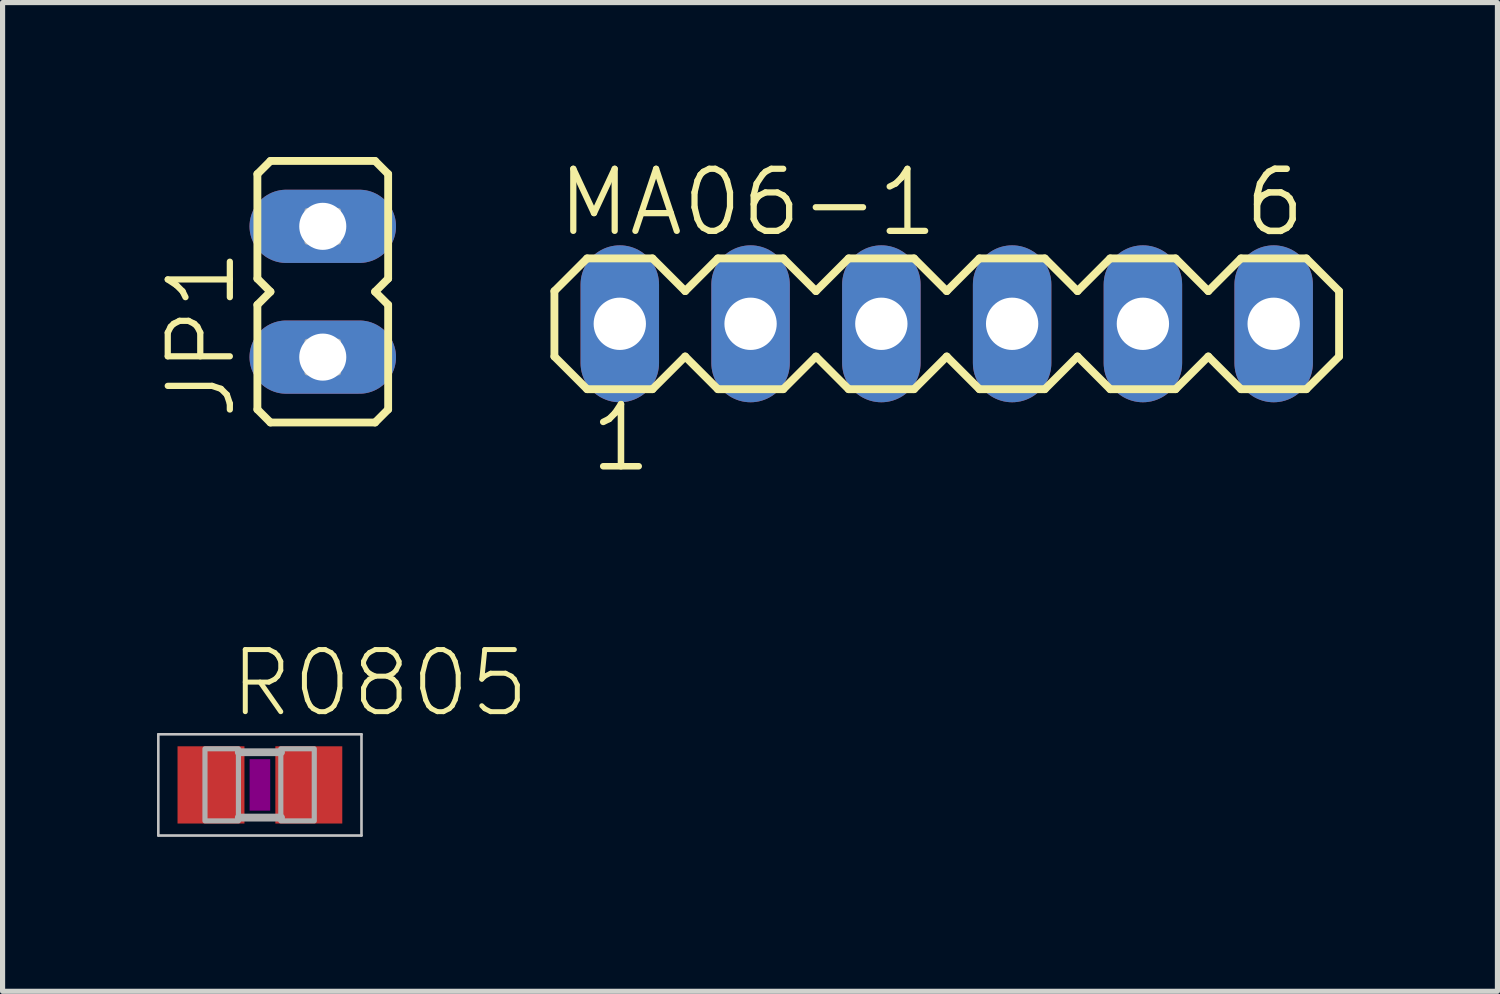
<source format=kicad_pcb>
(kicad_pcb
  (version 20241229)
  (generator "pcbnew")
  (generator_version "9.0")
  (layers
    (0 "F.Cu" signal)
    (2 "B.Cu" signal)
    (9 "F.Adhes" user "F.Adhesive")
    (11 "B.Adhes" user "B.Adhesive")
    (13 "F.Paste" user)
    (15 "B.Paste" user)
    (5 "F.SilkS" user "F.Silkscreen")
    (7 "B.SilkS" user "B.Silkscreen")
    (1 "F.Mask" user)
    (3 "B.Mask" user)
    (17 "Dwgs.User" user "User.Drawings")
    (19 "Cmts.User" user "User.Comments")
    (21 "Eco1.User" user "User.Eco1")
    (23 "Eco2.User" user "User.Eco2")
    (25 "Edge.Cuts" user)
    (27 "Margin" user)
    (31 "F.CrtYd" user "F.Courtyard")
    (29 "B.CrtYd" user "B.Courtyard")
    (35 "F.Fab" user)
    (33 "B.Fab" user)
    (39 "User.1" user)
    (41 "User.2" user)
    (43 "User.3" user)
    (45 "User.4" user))
  (footprint "R0805"
    (layer "F.Cu")
    (at 1.998 12.195)
    (property "Reference" "R0805" (at -0.635 -1.27 0) (layer "F.SilkS") (effects (font (size 1.206 1.206) (thickness 0.097)) (justify left bottom)))
    (attr through_hole)
    (fp_poly (pts (xy -0.2 0.5) (xy 0.2 0.5) (xy 0.2 -0.5) (xy -0.2 -0.5)) (stroke (width 0) (type solid)) (fill yes) (layer "F.Adhes"))
    (fp_line (start -1.973 -0.983) (end 1.973 -0.983) (stroke (width 0.051) (type solid)) (layer "Dwgs.User"))
    (fp_line (start -1.973 0.983) (end -1.973 -0.983) (stroke (width 0.051) (type solid)) (layer "Dwgs.User"))
    (fp_line (start 1.973 -0.983) (end 1.973 0.983) (stroke (width 0.051) (type solid)) (layer "Dwgs.User"))
    (fp_line (start 1.973 0.983) (end -1.973 0.983) (stroke (width 0.051) (type solid)) (layer "Dwgs.User"))
    (fp_line (start -0.41 -0.635) (end 0.41 -0.635) (stroke (width 0.152) (type solid)) (layer "F.Fab"))
    (fp_line (start -0.41 0.635) (end 0.41 0.635) (stroke (width 0.152) (type solid)) (layer "F.Fab"))
    (fp_poly (pts (xy -1.067 0.699) (xy -0.417 0.699) (xy -0.417 -0.702) (xy -1.067 -0.702)) (stroke (width 0.1) (type solid)) (fill no) (layer "F.Fab"))
    (fp_poly (pts (xy 0.406 0.699) (xy 1.056 0.699) (xy 1.056 -0.702) (xy 0.406 -0.702)) (stroke (width 0.1) (type solid)) (fill no) (layer "F.Fab"))
    (pad "1" smd rect (at -0.95 0) (size 1.3 1.5) (layers "F.Cu" "F.Mask" "F.Paste"))
    (pad "2" smd rect (at 0.95 0) (size 1.3 1.5) (layers "F.Cu" "F.Mask" "F.Paste")))
  (footprint "JP1"
    (layer "F.Cu")
    (at 3.219 2.616)
    (property "Reference" "JP1" (at -1.651 2.54 270) (layer "F.SilkS") (effects (font (size 1.206 1.206) (thickness 0.121)) (justify left bottom)))
    (attr through_hole)
    (fp_line (start -1.27 -2.286) (end -1.27 -0.254) (stroke (width 0.152) (type solid)) (layer "F.SilkS"))
    (fp_line (start -1.27 -2.286) (end -1.016 -2.54) (stroke (width 0.152) (type solid)) (layer "F.SilkS"))
    (fp_line (start -1.27 0.254) (end -1.27 2.286) (stroke (width 0.152) (type solid)) (layer "F.SilkS"))
    (fp_line (start -1.016 0) (end -1.27 -0.254) (stroke (width 0.152) (type solid)) (layer "F.SilkS"))
    (fp_line (start -1.016 0) (end -1.27 0.254) (stroke (width 0.152) (type solid)) (layer "F.SilkS"))
    (fp_line (start -1.016 2.54) (end -1.27 2.286) (stroke (width 0.152) (type solid)) (layer "F.SilkS"))
    (fp_line (start -1.016 2.54) (end 1.016 2.54) (stroke (width 0.152) (type solid)) (layer "F.SilkS"))
    (fp_line (start 1.016 -2.54) (end -1.016 -2.54) (stroke (width 0.152) (type solid)) (layer "F.SilkS"))
    (fp_line (start 1.016 0) (end 1.27 -0.254) (stroke (width 0.152) (type solid)) (layer "F.SilkS"))
    (fp_line (start 1.016 0) (end 1.27 0.254) (stroke (width 0.152) (type solid)) (layer "F.SilkS"))
    (fp_line (start 1.016 2.54) (end 1.27 2.286) (stroke (width 0.152) (type solid)) (layer "F.SilkS"))
    (fp_line (start 1.27 -2.286) (end 1.016 -2.54) (stroke (width 0.152) (type solid)) (layer "F.SilkS"))
    (fp_line (start 1.27 -2.286) (end 1.27 -0.254) (stroke (width 0.152) (type solid)) (layer "F.SilkS"))
    (fp_line (start 1.27 0.254) (end 1.27 2.286) (stroke (width 0.152) (type solid)) (layer "F.SilkS"))
    (fp_poly (pts (xy -0.305 -0.965) (xy 0.305 -0.965) (xy 0.305 -1.575) (xy -0.305 -1.575)) (stroke (width 0.1) (type solid)) (fill no) (layer "F.Fab"))
    (fp_poly (pts (xy -0.305 1.575) (xy 0.305 1.575) (xy 0.305 0.965) (xy -0.305 0.965)) (stroke (width 0.1) (type solid)) (fill no) (layer "F.Fab"))
    (pad "1" thru_hole oval (at 0 1.27) (size 2.845 1.422) (drill 0.914) (layers "*.Cu" "*.Mask"))
    (pad "2" thru_hole oval (at 0 -1.27) (size 2.845 1.422) (drill 0.914) (layers "*.Cu" "*.Mask")))
  (footprint "MA06-1"
    (layer "F.Cu")
    (at 15.338 3.239)
    (property "Reference" "MA06-1" (at -7.62 -1.651 180) (layer "F.SilkS") (effects (font (size 1.206 1.206) (thickness 0.121)) (justify left bottom)))
    (attr through_hole)
    (fp_line (start -7.62 -0.635) (end -7.62 0.635) (stroke (width 0.152) (type solid)) (layer "F.SilkS"))
    (fp_line (start -7.62 0.635) (end -6.985 1.27) (stroke (width 0.152) (type solid)) (layer "F.SilkS"))
    (fp_line (start -6.985 -1.27) (end -7.62 -0.635) (stroke (width 0.152) (type solid)) (layer "F.SilkS"))
    (fp_line (start -6.985 -1.27) (end -5.715 -1.27) (stroke (width 0.152) (type solid)) (layer "F.SilkS"))
    (fp_line (start -5.715 -1.27) (end -5.08 -0.635) (stroke (width 0.152) (type solid)) (layer "F.SilkS"))
    (fp_line (start -5.715 1.27) (end -6.985 1.27) (stroke (width 0.152) (type solid)) (layer "F.SilkS"))
    (fp_line (start -5.08 -0.635) (end -4.445 -1.27) (stroke (width 0.152) (type solid)) (layer "F.SilkS"))
    (fp_line (start -5.08 0.635) (end -5.715 1.27) (stroke (width 0.152) (type solid)) (layer "F.SilkS"))
    (fp_line (start -4.445 -1.27) (end -3.175 -1.27) (stroke (width 0.152) (type solid)) (layer "F.SilkS"))
    (fp_line (start -4.445 1.27) (end -5.08 0.635) (stroke (width 0.152) (type solid)) (layer "F.SilkS"))
    (fp_line (start -3.175 -1.27) (end -2.54 -0.635) (stroke (width 0.152) (type solid)) (layer "F.SilkS"))
    (fp_line (start -3.175 1.27) (end -4.445 1.27) (stroke (width 0.152) (type solid)) (layer "F.SilkS"))
    (fp_line (start -2.54 -0.635) (end -1.905 -1.27) (stroke (width 0.152) (type solid)) (layer "F.SilkS"))
    (fp_line (start -2.54 0.635) (end -3.175 1.27) (stroke (width 0.152) (type solid)) (layer "F.SilkS"))
    (fp_line (start -1.905 -1.27) (end -0.635 -1.27) (stroke (width 0.152) (type solid)) (layer "F.SilkS"))
    (fp_line (start -1.905 1.27) (end -2.54 0.635) (stroke (width 0.152) (type solid)) (layer "F.SilkS"))
    (fp_line (start -0.635 -1.27) (end 0 -0.635) (stroke (width 0.152) (type solid)) (layer "F.SilkS"))
    (fp_line (start -0.635 1.27) (end -1.905 1.27) (stroke (width 0.152) (type solid)) (layer "F.SilkS"))
    (fp_line (start 0 0.635) (end -0.635 1.27) (stroke (width 0.152) (type solid)) (layer "F.SilkS"))
    (fp_line (start 0 0.635) (end 0.635 1.27) (stroke (width 0.152) (type solid)) (layer "F.SilkS"))
    (fp_line (start 0.635 -1.27) (end 0 -0.635) (stroke (width 0.152) (type solid)) (layer "F.SilkS"))
    (fp_line (start 0.635 -1.27) (end 1.905 -1.27) (stroke (width 0.152) (type solid)) (layer "F.SilkS"))
    (fp_line (start 1.905 -1.27) (end 2.54 -0.635) (stroke (width 0.152) (type solid)) (layer "F.SilkS"))
    (fp_line (start 1.905 1.27) (end 0.635 1.27) (stroke (width 0.152) (type solid)) (layer "F.SilkS"))
    (fp_line (start 2.54 -0.635) (end 3.175 -1.27) (stroke (width 0.152) (type solid)) (layer "F.SilkS"))
    (fp_line (start 2.54 0.635) (end 1.905 1.27) (stroke (width 0.152) (type solid)) (layer "F.SilkS"))
    (fp_line (start 3.175 -1.27) (end 4.445 -1.27) (stroke (width 0.152) (type solid)) (layer "F.SilkS"))
    (fp_line (start 3.175 1.27) (end 2.54 0.635) (stroke (width 0.152) (type solid)) (layer "F.SilkS"))
    (fp_line (start 4.445 -1.27) (end 5.08 -0.635) (stroke (width 0.152) (type solid)) (layer "F.SilkS"))
    (fp_line (start 4.445 1.27) (end 3.175 1.27) (stroke (width 0.152) (type solid)) (layer "F.SilkS"))
    (fp_line (start 5.08 -0.635) (end 5.715 -1.27) (stroke (width 0.152) (type solid)) (layer "F.SilkS"))
    (fp_line (start 5.08 0.635) (end 4.445 1.27) (stroke (width 0.152) (type solid)) (layer "F.SilkS"))
    (fp_line (start 5.715 -1.27) (end 6.985 -1.27) (stroke (width 0.152) (type solid)) (layer "F.SilkS"))
    (fp_line (start 5.715 1.27) (end 5.08 0.635) (stroke (width 0.152) (type solid)) (layer "F.SilkS"))
    (fp_line (start 6.985 -1.27) (end 7.62 -0.635) (stroke (width 0.152) (type solid)) (layer "F.SilkS"))
    (fp_line (start 6.985 1.27) (end 5.715 1.27) (stroke (width 0.152) (type solid)) (layer "F.SilkS"))
    (fp_line (start 7.62 -0.635) (end 7.62 0.635) (stroke (width 0.152) (type solid)) (layer "F.SilkS"))
    (fp_line (start 7.62 0.635) (end 6.985 1.27) (stroke (width 0.152) (type solid)) (layer "F.SilkS"))
    (fp_poly (pts (xy -6.604 0.254) (xy -6.096 0.254) (xy -6.096 -0.254) (xy -6.604 -0.254)) (stroke (width 0.1) (type solid)) (fill no) (layer "F.Fab"))
    (fp_poly (pts (xy -4.064 0.254) (xy -3.556 0.254) (xy -3.556 -0.254) (xy -4.064 -0.254)) (stroke (width 0.1) (type solid)) (fill no) (layer "F.Fab"))
    (fp_poly (pts (xy -1.524 0.254) (xy -1.016 0.254) (xy -1.016 -0.254) (xy -1.524 -0.254)) (stroke (width 0.1) (type solid)) (fill no) (layer "F.Fab"))
    (fp_poly (pts (xy 1.016 0.254) (xy 1.524 0.254) (xy 1.524 -0.254) (xy 1.016 -0.254)) (stroke (width 0.1) (type solid)) (fill no) (layer "F.Fab"))
    (fp_poly (pts (xy 3.556 0.254) (xy 4.064 0.254) (xy 4.064 -0.254) (xy 3.556 -0.254)) (stroke (width 0.1) (type solid)) (fill no) (layer "F.Fab"))
    (fp_poly (pts (xy 6.096 0.254) (xy 6.604 0.254) (xy 6.604 -0.254) (xy 6.096 -0.254)) (stroke (width 0.1) (type solid)) (fill no) (layer "F.Fab"))
    (fp_text user "6" (at 5.715 -1.651 0) (layer "F.SilkS") (effects (font (size 1.206 1.206) (thickness 0.127)) (justify left bottom)))
    (fp_text user "1" (at -6.985 2.921 0) (layer "F.SilkS") (effects (font (size 1.206 1.206) (thickness 0.127)) (justify left bottom)))
    (pad "1" thru_hole oval (at -6.35 0 90) (size 3.048 1.524) (drill 1.016) (layers "*.Cu" "*.Mask"))
    (pad "2" thru_hole oval (at -3.81 0 90) (size 3.048 1.524) (drill 1.016) (layers "*.Cu" "*.Mask"))
    (pad "3" thru_hole oval (at -1.27 0 90) (size 3.048 1.524) (drill 1.016) (layers "*.Cu" "*.Mask"))
    (pad "4" thru_hole oval (at 1.27 0 90) (size 3.048 1.524) (drill 1.016) (layers "*.Cu" "*.Mask"))
    (pad "5" thru_hole oval (at 3.81 0 90) (size 3.048 1.524) (drill 1.016) (layers "*.Cu" "*.Mask"))
    (pad "6" thru_hole oval (at 6.35 0 90) (size 3.048 1.524) (drill 1.016) (layers "*.Cu" "*.Mask")))
  (gr_rect
    (start -3 -3)
    (end 26.034 16.204)
    (stroke (width 0.1) (type default))
    (fill no)
    (layer "Edge.Cuts")))
</source>
